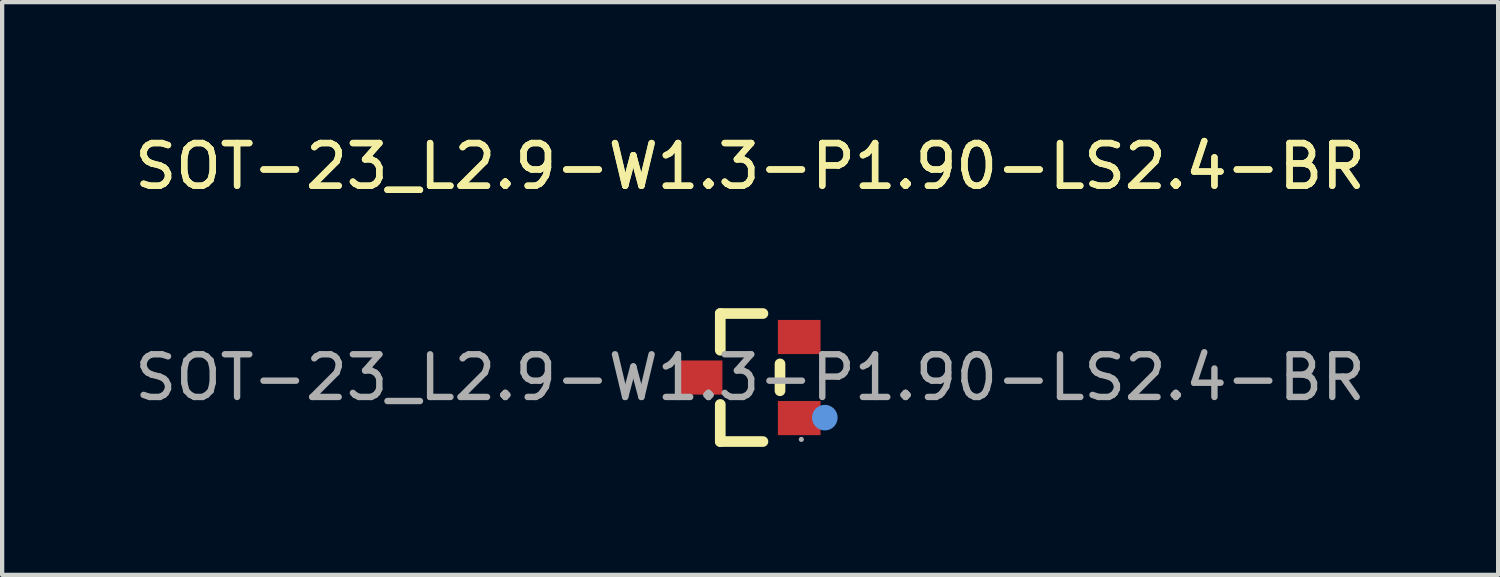
<source format=kicad_pcb>
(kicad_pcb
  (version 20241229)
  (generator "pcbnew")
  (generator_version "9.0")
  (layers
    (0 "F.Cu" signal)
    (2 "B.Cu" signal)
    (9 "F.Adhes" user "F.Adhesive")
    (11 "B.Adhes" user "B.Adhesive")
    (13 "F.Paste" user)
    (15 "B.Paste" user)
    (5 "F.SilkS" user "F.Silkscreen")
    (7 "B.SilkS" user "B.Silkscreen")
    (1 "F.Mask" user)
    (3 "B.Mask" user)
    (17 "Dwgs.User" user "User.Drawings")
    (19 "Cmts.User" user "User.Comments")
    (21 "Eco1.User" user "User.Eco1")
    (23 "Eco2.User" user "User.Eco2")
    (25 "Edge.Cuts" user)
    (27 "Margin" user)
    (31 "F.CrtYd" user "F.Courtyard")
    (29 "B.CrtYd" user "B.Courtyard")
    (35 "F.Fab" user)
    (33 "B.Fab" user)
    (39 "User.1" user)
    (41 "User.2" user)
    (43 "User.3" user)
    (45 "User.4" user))
  (footprint "SOT-23_L2.9-W1.3-P1.90-LS2.4-BR"
    (layer "F.Cu")
    (at 14.53 5.798)
    (property "Reference" "SOT-23_L2.9-W1.3-P1.90-LS2.4-BR" (at 0 -4.95 0) (layer "F.SilkS") (effects (font (size 1 1) (thickness 0.15))))
    (attr smd)
    (fp_line (start -0.7 -1.5) (end 0.3 -1.5) (stroke (width 0.25) (type solid)) (layer "F.SilkS"))
    (fp_line (start -0.7 -0.64) (end -0.7 -1.5) (stroke (width 0.25) (type solid)) (layer "F.SilkS"))
    (fp_line (start -0.7 1.5) (end -0.7 0.63) (stroke (width 0.25) (type solid)) (layer "F.SilkS"))
    (fp_line (start -0.7 1.5) (end 0.3 1.5) (stroke (width 0.25) (type solid)) (layer "F.SilkS"))
    (fp_line (start 0.7 0.31) (end 0.7 -0.32) (stroke (width 0.25) (type solid)) (layer "F.SilkS"))
    (fp_circle (center 1.75 0.94) (end 1.9 0.94) (stroke (width 0.3) (type solid)) (fill no) (layer "Cmts.User"))
    (fp_circle (center 1.2 1.45) (end 1.23 1.45) (stroke (width 0.06) (type solid)) (fill no) (layer "F.Fab"))
    (fp_text user "${REFERENCE}" (at 0 -4.95 0) (layer "F.SilkS") (effects (font (size 1 1) (thickness 0.15))))
    (fp_text user "${REFERENCE}" (at 0 0 0) (layer "F.Fab") (effects (font (size 1 1) (thickness 0.15))))
    (pad "1" smd rect (at 1.15 0.95 180) (size 1 0.8) (layers "F.Cu" "F.Mask" "F.Paste"))
    (pad "2" smd rect (at 1.15 -0.95 180) (size 1 0.8) (layers "F.Cu" "F.Mask" "F.Paste"))
    (pad "3" smd rect (at -1.15 0 180) (size 1 0.8) (layers "F.Cu" "F.Mask" "F.Paste")))
  (gr_rect
    (start -3 -3)
    (end 32.06 10.423)
    (stroke (width 0.1) (type default))
    (fill no)
    (layer "Edge.Cuts")))
</source>
